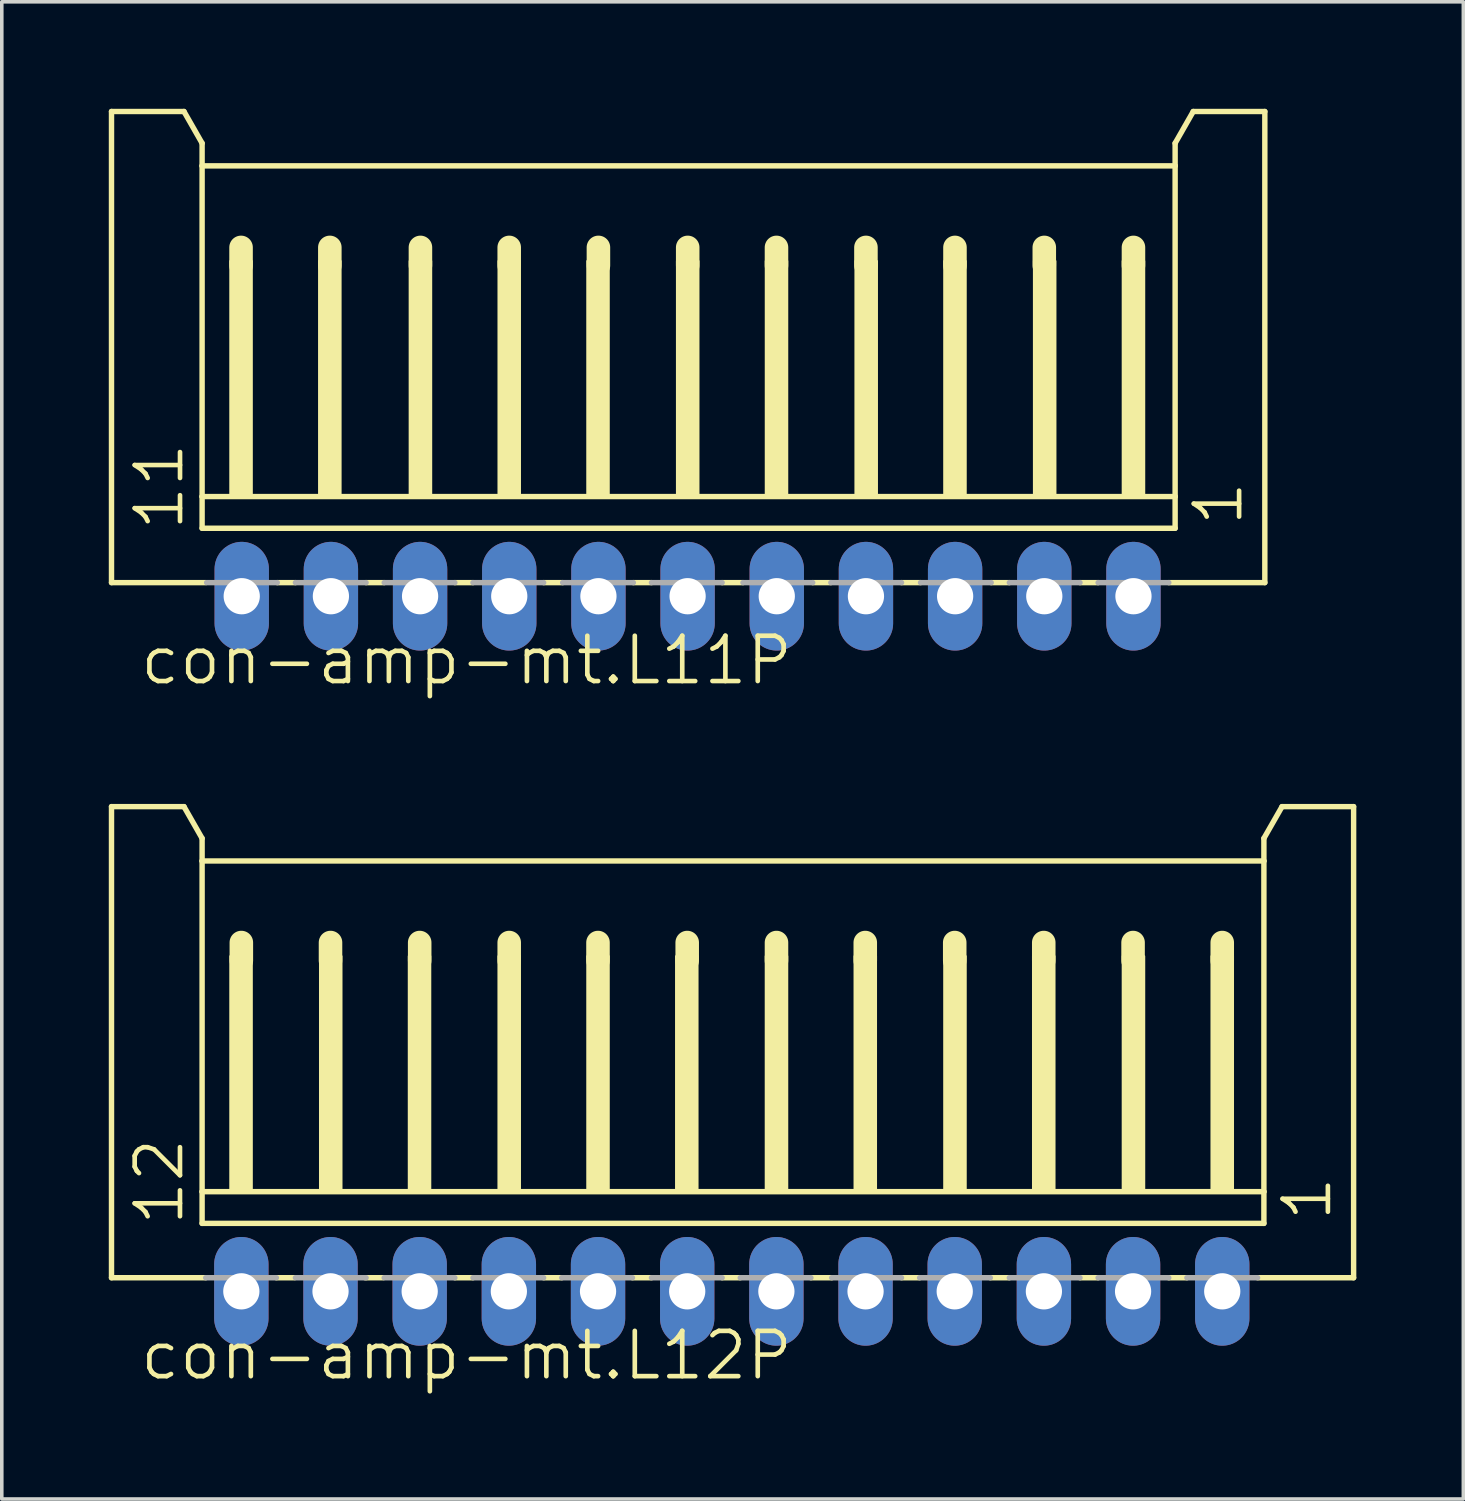
<source format=kicad_pcb>
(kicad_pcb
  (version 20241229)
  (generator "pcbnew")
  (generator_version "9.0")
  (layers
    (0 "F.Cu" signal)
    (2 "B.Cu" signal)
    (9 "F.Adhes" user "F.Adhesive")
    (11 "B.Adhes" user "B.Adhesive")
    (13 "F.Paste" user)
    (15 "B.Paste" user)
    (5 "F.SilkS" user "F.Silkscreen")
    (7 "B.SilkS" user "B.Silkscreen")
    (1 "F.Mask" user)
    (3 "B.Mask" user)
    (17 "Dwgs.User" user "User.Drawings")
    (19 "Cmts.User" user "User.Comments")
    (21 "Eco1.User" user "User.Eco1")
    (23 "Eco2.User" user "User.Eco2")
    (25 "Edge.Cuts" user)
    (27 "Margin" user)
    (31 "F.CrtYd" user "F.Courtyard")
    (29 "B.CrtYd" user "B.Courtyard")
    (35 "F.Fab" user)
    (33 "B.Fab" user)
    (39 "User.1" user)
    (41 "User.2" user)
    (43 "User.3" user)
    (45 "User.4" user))
  (footprint "con-amp-mt.L11P"
    (layer "F.Cu")
    (at 16.227 7.415)
    (property "Reference" "con-amp-mt.L11P" (at -15.415 8.79 0) (layer "F.SilkS") (effects (font (size 1.27 1.27) (thickness 0.13)) (justify left bottom)))
    (attr through_hole)
    (fp_line (start -16.151 -7.339) (end -14.119 -7.339) (stroke (width 0.152) (type default)) (layer "F.SilkS"))
    (fp_line (start -16.151 5.869) (end -16.151 -7.339) (stroke (width 0.152) (type default)) (layer "F.SilkS"))
    (fp_line (start -14.119 -7.339) (end -13.611 -6.45) (stroke (width 0.152) (type default)) (layer "F.SilkS"))
    (fp_line (start -13.611 -6.45) (end -13.611 -5.815) (stroke (width 0.152) (type default)) (layer "F.SilkS"))
    (fp_line (start -13.611 -5.815) (end -13.611 3.456) (stroke (width 0.152) (type default)) (layer "F.SilkS"))
    (fp_line (start -13.611 3.456) (end -13.611 4.345) (stroke (width 0.152) (type default)) (layer "F.SilkS"))
    (fp_line (start -13.51 5.869) (end -16.151 5.869) (stroke (width 0.152) (type default)) (layer "F.SilkS"))
    (fp_line (start -12.519 -3.529) (end -12.519 -3.021) (stroke (width 0.66) (type default)) (layer "F.SilkS"))
    (fp_line (start -10.995 5.869) (end -11.503 5.869) (stroke (width 0.152) (type default)) (layer "F.SilkS"))
    (fp_line (start -10.03 -3.529) (end -10.03 -3.021) (stroke (width 0.66) (type default)) (layer "F.SilkS"))
    (fp_line (start -8.506 5.869) (end -9.014 5.869) (stroke (width 0.152) (type default)) (layer "F.SilkS"))
    (fp_line (start -7.49 -3.529) (end -7.49 -3.021) (stroke (width 0.66) (type default)) (layer "F.SilkS"))
    (fp_line (start -6.017 5.869) (end -6.525 5.869) (stroke (width 0.152) (type default)) (layer "F.SilkS"))
    (fp_line (start -5.001 -3.529) (end -5.001 -3.021) (stroke (width 0.66) (type default)) (layer "F.SilkS"))
    (fp_line (start -3.502 5.869) (end -4.035 5.869) (stroke (width 0.152) (type default)) (layer "F.SilkS"))
    (fp_line (start -2.5 -3.529) (end -2.5 -3.021) (stroke (width 0.66) (type default)) (layer "F.SilkS"))
    (fp_line (start -1.013 5.869) (end -1.521 5.869) (stroke (width 0.152) (type default)) (layer "F.SilkS"))
    (fp_line (start 0.003 -3.529) (end 0.003 -3.021) (stroke (width 0.66) (type default)) (layer "F.SilkS"))
    (fp_line (start 1.553 5.869) (end 0.968 5.869) (stroke (width 0.152) (type default)) (layer "F.SilkS"))
    (fp_line (start 2.492 -3.529) (end 2.492 -3.021) (stroke (width 0.66) (type default)) (layer "F.SilkS"))
    (fp_line (start 4.016 5.869) (end 3.508 5.869) (stroke (width 0.152) (type default)) (layer "F.SilkS"))
    (fp_line (start 5 -3.529) (end 5 -3.021) (stroke (width 0.66) (type default)) (layer "F.SilkS"))
    (fp_line (start 6.531 5.869) (end 5.998 5.869) (stroke (width 0.152) (type default)) (layer "F.SilkS"))
    (fp_line (start 7.496 -3.529) (end 7.496 -3.021) (stroke (width 0.66) (type default)) (layer "F.SilkS"))
    (fp_line (start 9.02 5.869) (end 8.512 5.869) (stroke (width 0.152) (type default)) (layer "F.SilkS"))
    (fp_line (start 10 -3.529) (end 10 -3.021) (stroke (width 0.66) (type default)) (layer "F.SilkS"))
    (fp_line (start 11.509 5.869) (end 11.001 5.869) (stroke (width 0.152) (type default)) (layer "F.SilkS"))
    (fp_line (start 12.5 -3.529) (end 12.5 -3.021) (stroke (width 0.66) (type default)) (layer "F.SilkS"))
    (fp_line (start 13.668 -6.45) (end 13.668 -5.815) (stroke (width 0.152) (type default)) (layer "F.SilkS"))
    (fp_line (start 13.668 -6.45) (end 14.176 -7.339) (stroke (width 0.152) (type default)) (layer "F.SilkS"))
    (fp_line (start 13.668 -5.815) (end -13.611 -5.815) (stroke (width 0.152) (type default)) (layer "F.SilkS"))
    (fp_line (start 13.668 -5.815) (end 13.668 3.456) (stroke (width 0.152) (type default)) (layer "F.SilkS"))
    (fp_line (start 13.668 3.456) (end -13.611 3.456) (stroke (width 0.152) (type default)) (layer "F.SilkS"))
    (fp_line (start 13.668 3.456) (end 13.668 4.345) (stroke (width 0.152) (type default)) (layer "F.SilkS"))
    (fp_line (start 13.668 4.345) (end -13.611 4.345) (stroke (width 0.152) (type default)) (layer "F.SilkS"))
    (fp_line (start 16.183 -7.339) (end 14.176 -7.339) (stroke (width 0.152) (type default)) (layer "F.SilkS"))
    (fp_line (start 16.183 5.869) (end 13.491 5.869) (stroke (width 0.152) (type default)) (layer "F.SilkS"))
    (fp_line (start 16.183 5.869) (end 16.183 -7.339) (stroke (width 0.152) (type default)) (layer "F.SilkS"))
    (fp_rect (start -12.824 3.456) (end -12.214 -3.148) (stroke (width 0.05) (type default)) (fill yes) (layer "F.SilkS"))
    (fp_rect (start -10.335 3.456) (end -9.725 -3.148) (stroke (width 0.05) (type default)) (fill yes) (layer "F.SilkS"))
    (fp_rect (start -7.795 3.456) (end -7.185 -3.148) (stroke (width 0.05) (type default)) (fill yes) (layer "F.SilkS"))
    (fp_rect (start -5.305 3.456) (end -4.696 -3.148) (stroke (width 0.05) (type default)) (fill yes) (layer "F.SilkS"))
    (fp_rect (start -2.816 3.456) (end -2.207 -3.148) (stroke (width 0.05) (type default)) (fill yes) (layer "F.SilkS"))
    (fp_rect (start -0.302 3.456) (end 0.308 -3.148) (stroke (width 0.05) (type default)) (fill yes) (layer "F.SilkS"))
    (fp_rect (start 2.188 3.456) (end 2.797 -3.148) (stroke (width 0.05) (type default)) (fill yes) (layer "F.SilkS"))
    (fp_rect (start 4.702 3.456) (end 5.312 -3.148) (stroke (width 0.05) (type default)) (fill yes) (layer "F.SilkS"))
    (fp_rect (start 7.191 3.456) (end 7.801 -3.148) (stroke (width 0.05) (type default)) (fill yes) (layer "F.SilkS"))
    (fp_rect (start 9.706 3.456) (end 10.316 -3.148) (stroke (width 0.05) (type default)) (fill yes) (layer "F.SilkS"))
    (fp_rect (start 12.195 3.456) (end 12.805 -3.148) (stroke (width 0.05) (type default)) (fill yes) (layer "F.SilkS"))
    (fp_line (start -13.484 5.869) (end -11.503 5.869) (stroke (width 0.152) (type default)) (layer "F.Fab"))
    (fp_line (start -10.995 5.869) (end -9.014 5.869) (stroke (width 0.152) (type default)) (layer "F.Fab"))
    (fp_line (start -8.506 5.869) (end -6.525 5.869) (stroke (width 0.152) (type default)) (layer "F.Fab"))
    (fp_line (start -6.017 5.869) (end -4.035 5.869) (stroke (width 0.152) (type default)) (layer "F.Fab"))
    (fp_line (start -3.502 5.869) (end -1.521 5.869) (stroke (width 0.152) (type default)) (layer "F.Fab"))
    (fp_line (start -1.013 5.869) (end 0.968 5.869) (stroke (width 0.152) (type default)) (layer "F.Fab"))
    (fp_line (start 1.553 5.869) (end 3.508 5.869) (stroke (width 0.152) (type default)) (layer "F.Fab"))
    (fp_line (start 4.016 5.869) (end 5.998 5.869) (stroke (width 0.152) (type default)) (layer "F.Fab"))
    (fp_line (start 6.531 5.869) (end 8.512 5.869) (stroke (width 0.152) (type default)) (layer "F.Fab"))
    (fp_line (start 9.02 5.869) (end 11.001 5.869) (stroke (width 0.152) (type default)) (layer "F.Fab"))
    (fp_line (start 11.509 5.869) (end 13.491 5.869) (stroke (width 0.152) (type default)) (layer "F.Fab"))
    (fp_rect (start -12.798 6.504) (end -12.189 5.869) (stroke (width 0.05) (type default)) (fill no) (layer "F.Fab"))
    (fp_rect (start -10.309 6.504) (end -9.7 5.869) (stroke (width 0.05) (type default)) (fill no) (layer "F.Fab"))
    (fp_rect (start -7.795 6.504) (end -7.185 5.869) (stroke (width 0.05) (type default)) (fill no) (layer "F.Fab"))
    (fp_rect (start -5.305 6.504) (end -4.696 5.869) (stroke (width 0.05) (type default)) (fill no) (layer "F.Fab"))
    (fp_rect (start -2.816 6.504) (end -2.207 5.869) (stroke (width 0.05) (type default)) (fill no) (layer "F.Fab"))
    (fp_rect (start -0.302 6.504) (end 0.308 5.869) (stroke (width 0.05) (type default)) (fill no) (layer "F.Fab"))
    (fp_rect (start 2.188 6.504) (end 2.797 5.869) (stroke (width 0.05) (type default)) (fill no) (layer "F.Fab"))
    (fp_rect (start 4.702 6.504) (end 5.312 5.869) (stroke (width 0.05) (type default)) (fill no) (layer "F.Fab"))
    (fp_rect (start 7.191 6.504) (end 7.801 5.869) (stroke (width 0.05) (type default)) (fill no) (layer "F.Fab"))
    (fp_rect (start 9.706 6.504) (end 10.316 5.869) (stroke (width 0.05) (type default)) (fill no) (layer "F.Fab"))
    (fp_rect (start 12.195 6.504) (end 12.805 5.869) (stroke (width 0.05) (type default)) (fill no) (layer "F.Fab"))
    (fp_text user "11" (at -14.068 4.472 90) (layer "F.SilkS") (effects (font (size 1.27 1.27) (thickness 0.13)) (justify left bottom)))
    (fp_text user "1" (at 15.624 4.345 90) (layer "F.SilkS") (effects (font (size 1.27 1.27) (thickness 0.13)) (justify left bottom)))
    (pad "1" thru_hole oval (at 12.5 6.25 90) (size 3.048 1.524) (drill 1.016) (layers "*.Cu" "*.Mask"))
    (pad "2" thru_hole oval (at 10 6.25 90) (size 3.048 1.524) (drill 1.016) (layers "*.Cu" "*.Mask"))
    (pad "3" thru_hole oval (at 7.5 6.25 90) (size 3.048 1.524) (drill 1.016) (layers "*.Cu" "*.Mask"))
    (pad "4" thru_hole oval (at 5 6.25 90) (size 3.048 1.524) (drill 1.016) (layers "*.Cu" "*.Mask"))
    (pad "5" thru_hole oval (at 2.5 6.25 90) (size 3.048 1.524) (drill 1.016) (layers "*.Cu" "*.Mask"))
    (pad "6" thru_hole oval (at 0 6.25 90) (size 3.048 1.524) (drill 1.016) (layers "*.Cu" "*.Mask"))
    (pad "7" thru_hole oval (at -2.5 6.25 90) (size 3.048 1.524) (drill 1.016) (layers "*.Cu" "*.Mask"))
    (pad "8" thru_hole oval (at -5 6.25 90) (size 3.048 1.524) (drill 1.016) (layers "*.Cu" "*.Mask"))
    (pad "9" thru_hole oval (at -7.5 6.25 90) (size 3.048 1.524) (drill 1.016) (layers "*.Cu" "*.Mask"))
    (pad "10" thru_hole oval (at -10 6.25 90) (size 3.048 1.524) (drill 1.016) (layers "*.Cu" "*.Mask"))
    (pad "11" thru_hole oval (at -12.5 6.25 90) (size 3.048 1.524) (drill 1.016) (layers "*.Cu" "*.Mask")))
  (footprint "con-amp-mt.L12P"
    (layer "F.Cu")
    (at 17.466 26.903)
    (property "Reference" "con-amp-mt.L12P" (at -16.654 8.79 0) (layer "F.SilkS") (effects (font (size 1.27 1.27) (thickness 0.13)) (justify left bottom)))
    (attr through_hole)
    (fp_line (start -17.39 -7.339) (end -15.358 -7.339) (stroke (width 0.152) (type default)) (layer "F.SilkS"))
    (fp_line (start -17.39 5.869) (end -17.39 -7.339) (stroke (width 0.152) (type default)) (layer "F.SilkS"))
    (fp_line (start -15.358 -7.339) (end -14.85 -6.45) (stroke (width 0.152) (type default)) (layer "F.SilkS"))
    (fp_line (start -14.85 -6.45) (end -14.85 -5.815) (stroke (width 0.152) (type default)) (layer "F.SilkS"))
    (fp_line (start -14.85 -5.815) (end -14.85 3.456) (stroke (width 0.152) (type default)) (layer "F.SilkS"))
    (fp_line (start -14.85 3.456) (end -14.85 4.345) (stroke (width 0.152) (type default)) (layer "F.SilkS"))
    (fp_line (start -14.749 5.869) (end -17.39 5.869) (stroke (width 0.152) (type default)) (layer "F.SilkS"))
    (fp_line (start -13.75 -3.529) (end -13.75 -3.021) (stroke (width 0.66) (type default)) (layer "F.SilkS"))
    (fp_line (start -12.26 5.869) (end -12.768 5.869) (stroke (width 0.152) (type default)) (layer "F.SilkS"))
    (fp_line (start -11.25 -3.529) (end -11.25 -3.021) (stroke (width 0.66) (type default)) (layer "F.SilkS"))
    (fp_line (start -9.77 5.869) (end -10.278 5.869) (stroke (width 0.152) (type default)) (layer "F.SilkS"))
    (fp_line (start -8.75 -3.529) (end -8.75 -3.021) (stroke (width 0.66) (type default)) (layer "F.SilkS"))
    (fp_line (start -7.256 5.869) (end -7.764 5.869) (stroke (width 0.152) (type default)) (layer "F.SilkS"))
    (fp_line (start -6.24 -3.529) (end -6.24 -3.021) (stroke (width 0.66) (type default)) (layer "F.SilkS"))
    (fp_line (start -4.767 5.869) (end -5.275 5.869) (stroke (width 0.152) (type default)) (layer "F.SilkS"))
    (fp_line (start -3.751 -3.529) (end -3.751 -3.021) (stroke (width 0.66) (type default)) (layer "F.SilkS"))
    (fp_line (start -2.252 5.869) (end -2.785 5.869) (stroke (width 0.152) (type default)) (layer "F.SilkS"))
    (fp_line (start -1.25 -3.529) (end -1.25 -3.021) (stroke (width 0.66) (type default)) (layer "F.SilkS"))
    (fp_line (start 0.237 5.869) (end -0.271 5.869) (stroke (width 0.152) (type default)) (layer "F.SilkS"))
    (fp_line (start 1.253 -3.529) (end 1.253 -3.021) (stroke (width 0.66) (type default)) (layer "F.SilkS"))
    (fp_line (start 2.803 5.869) (end 2.218 5.869) (stroke (width 0.152) (type default)) (layer "F.SilkS"))
    (fp_line (start 3.742 -3.529) (end 3.742 -3.021) (stroke (width 0.66) (type default)) (layer "F.SilkS"))
    (fp_line (start 5.266 5.869) (end 4.758 5.869) (stroke (width 0.152) (type default)) (layer "F.SilkS"))
    (fp_line (start 6.25 -3.529) (end 6.25 -3.021) (stroke (width 0.66) (type default)) (layer "F.SilkS"))
    (fp_line (start 7.781 5.869) (end 7.248 5.869) (stroke (width 0.152) (type default)) (layer "F.SilkS"))
    (fp_line (start 8.746 -3.529) (end 8.746 -3.021) (stroke (width 0.66) (type default)) (layer "F.SilkS"))
    (fp_line (start 10.27 5.869) (end 9.762 5.869) (stroke (width 0.152) (type default)) (layer "F.SilkS"))
    (fp_line (start 11.25 -3.529) (end 11.25 -3.021) (stroke (width 0.66) (type default)) (layer "F.SilkS"))
    (fp_line (start 12.759 5.869) (end 12.251 5.869) (stroke (width 0.152) (type default)) (layer "F.SilkS"))
    (fp_line (start 13.75 -3.529) (end 13.75 -3.021) (stroke (width 0.66) (type default)) (layer "F.SilkS"))
    (fp_line (start 14.918 -6.45) (end 14.918 -5.815) (stroke (width 0.152) (type default)) (layer "F.SilkS"))
    (fp_line (start 14.918 -6.45) (end 15.426 -7.339) (stroke (width 0.152) (type default)) (layer "F.SilkS"))
    (fp_line (start 14.918 -5.815) (end -14.85 -5.815) (stroke (width 0.152) (type default)) (layer "F.SilkS"))
    (fp_line (start 14.918 -5.815) (end 14.918 3.456) (stroke (width 0.152) (type default)) (layer "F.SilkS"))
    (fp_line (start 14.918 3.456) (end -14.85 3.456) (stroke (width 0.152) (type default)) (layer "F.SilkS"))
    (fp_line (start 14.918 3.456) (end 14.918 4.345) (stroke (width 0.152) (type default)) (layer "F.SilkS"))
    (fp_line (start 14.918 4.345) (end -14.85 4.345) (stroke (width 0.152) (type default)) (layer "F.SilkS"))
    (fp_line (start 17.433 -7.339) (end 15.426 -7.339) (stroke (width 0.152) (type default)) (layer "F.SilkS"))
    (fp_line (start 17.433 5.869) (end 14.741 5.869) (stroke (width 0.152) (type default)) (layer "F.SilkS"))
    (fp_line (start 17.433 5.869) (end 17.433 -7.339) (stroke (width 0.152) (type default)) (layer "F.SilkS"))
    (fp_rect (start -14.063 3.456) (end -13.453 -3.148) (stroke (width 0.05) (type default)) (fill yes) (layer "F.SilkS"))
    (fp_rect (start -11.548 3.456) (end -10.939 -3.148) (stroke (width 0.05) (type default)) (fill yes) (layer "F.SilkS"))
    (fp_rect (start -9.059 3.456) (end -8.45 -3.148) (stroke (width 0.05) (type default)) (fill yes) (layer "F.SilkS"))
    (fp_rect (start -6.545 3.456) (end -5.935 -3.148) (stroke (width 0.05) (type default)) (fill yes) (layer "F.SilkS"))
    (fp_rect (start -4.055 3.456) (end -3.446 -3.148) (stroke (width 0.05) (type default)) (fill yes) (layer "F.SilkS"))
    (fp_rect (start -1.566 3.456) (end -0.957 -3.148) (stroke (width 0.05) (type default)) (fill yes) (layer "F.SilkS"))
    (fp_rect (start 0.948 3.456) (end 1.558 -3.148) (stroke (width 0.05) (type default)) (fill yes) (layer "F.SilkS"))
    (fp_rect (start 3.438 3.456) (end 4.047 -3.148) (stroke (width 0.05) (type default)) (fill yes) (layer "F.SilkS"))
    (fp_rect (start 5.952 3.456) (end 6.562 -3.148) (stroke (width 0.05) (type default)) (fill yes) (layer "F.SilkS"))
    (fp_rect (start 8.441 3.456) (end 9.051 -3.148) (stroke (width 0.05) (type default)) (fill yes) (layer "F.SilkS"))
    (fp_rect (start 10.956 3.456) (end 11.566 -3.148) (stroke (width 0.05) (type default)) (fill yes) (layer "F.SilkS"))
    (fp_rect (start 13.445 3.456) (end 14.055 -3.148) (stroke (width 0.05) (type default)) (fill yes) (layer "F.SilkS"))
    (fp_line (start -14.749 5.869) (end -12.768 5.869) (stroke (width 0.152) (type default)) (layer "F.Fab"))
    (fp_line (start -12.234 5.869) (end -10.253 5.869) (stroke (width 0.152) (type default)) (layer "F.Fab"))
    (fp_line (start -9.745 5.869) (end -7.764 5.869) (stroke (width 0.152) (type default)) (layer "F.Fab"))
    (fp_line (start -7.256 5.869) (end -5.275 5.869) (stroke (width 0.152) (type default)) (layer "F.Fab"))
    (fp_line (start -4.767 5.869) (end -2.785 5.869) (stroke (width 0.152) (type default)) (layer "F.Fab"))
    (fp_line (start -2.252 5.869) (end -0.271 5.869) (stroke (width 0.152) (type default)) (layer "F.Fab"))
    (fp_line (start 0.237 5.869) (end 2.218 5.869) (stroke (width 0.152) (type default)) (layer "F.Fab"))
    (fp_line (start 2.803 5.869) (end 4.758 5.869) (stroke (width 0.152) (type default)) (layer "F.Fab"))
    (fp_line (start 5.266 5.869) (end 7.248 5.869) (stroke (width 0.152) (type default)) (layer "F.Fab"))
    (fp_line (start 7.781 5.869) (end 9.762 5.869) (stroke (width 0.152) (type default)) (layer "F.Fab"))
    (fp_line (start 10.27 5.869) (end 12.251 5.869) (stroke (width 0.152) (type default)) (layer "F.Fab"))
    (fp_line (start 12.759 5.869) (end 14.741 5.869) (stroke (width 0.152) (type default)) (layer "F.Fab"))
    (fp_rect (start -14.063 6.504) (end -13.453 5.869) (stroke (width 0.05) (type default)) (fill no) (layer "F.Fab"))
    (fp_rect (start -11.548 6.504) (end -10.939 5.869) (stroke (width 0.05) (type default)) (fill no) (layer "F.Fab"))
    (fp_rect (start -9.059 6.504) (end -8.45 5.869) (stroke (width 0.05) (type default)) (fill no) (layer "F.Fab"))
    (fp_rect (start -6.545 6.504) (end -5.935 5.869) (stroke (width 0.05) (type default)) (fill no) (layer "F.Fab"))
    (fp_rect (start -4.055 6.504) (end -3.446 5.869) (stroke (width 0.05) (type default)) (fill no) (layer "F.Fab"))
    (fp_rect (start -1.566 6.504) (end -0.957 5.869) (stroke (width 0.05) (type default)) (fill no) (layer "F.Fab"))
    (fp_rect (start 0.948 6.504) (end 1.558 5.869) (stroke (width 0.05) (type default)) (fill no) (layer "F.Fab"))
    (fp_rect (start 3.438 6.504) (end 4.047 5.869) (stroke (width 0.05) (type default)) (fill no) (layer "F.Fab"))
    (fp_rect (start 5.952 6.504) (end 6.562 5.869) (stroke (width 0.05) (type default)) (fill no) (layer "F.Fab"))
    (fp_rect (start 8.441 6.504) (end 9.051 5.869) (stroke (width 0.05) (type default)) (fill no) (layer "F.Fab"))
    (fp_rect (start 10.956 6.504) (end 11.566 5.869) (stroke (width 0.05) (type default)) (fill no) (layer "F.Fab"))
    (fp_rect (start 13.445 6.504) (end 14.055 5.869) (stroke (width 0.05) (type default)) (fill no) (layer "F.Fab"))
    (fp_text user "12" (at -15.308 4.472 90) (layer "F.SilkS") (effects (font (size 1.27 1.27) (thickness 0.13)) (justify left bottom)))
    (fp_text user "1" (at 16.874 4.345 90) (layer "F.SilkS") (effects (font (size 1.27 1.27) (thickness 0.13)) (justify left bottom)))
    (pad "1" thru_hole oval (at 13.75 6.25 90) (size 3.048 1.524) (drill 1.016) (layers "*.Cu" "*.Mask"))
    (pad "2" thru_hole oval (at 11.25 6.25 90) (size 3.048 1.524) (drill 1.016) (layers "*.Cu" "*.Mask"))
    (pad "3" thru_hole oval (at 8.75 6.25 90) (size 3.048 1.524) (drill 1.016) (layers "*.Cu" "*.Mask"))
    (pad "4" thru_hole oval (at 6.25 6.25 90) (size 3.048 1.524) (drill 1.016) (layers "*.Cu" "*.Mask"))
    (pad "5" thru_hole oval (at 3.75 6.25 90) (size 3.048 1.524) (drill 1.016) (layers "*.Cu" "*.Mask"))
    (pad "6" thru_hole oval (at 1.25 6.25 90) (size 3.048 1.524) (drill 1.016) (layers "*.Cu" "*.Mask"))
    (pad "7" thru_hole oval (at -1.25 6.25 90) (size 3.048 1.524) (drill 1.016) (layers "*.Cu" "*.Mask"))
    (pad "8" thru_hole oval (at -3.75 6.25 90) (size 3.048 1.524) (drill 1.016) (layers "*.Cu" "*.Mask"))
    (pad "9" thru_hole oval (at -6.25 6.25 90) (size 3.048 1.524) (drill 1.016) (layers "*.Cu" "*.Mask"))
    (pad "10" thru_hole oval (at -8.75 6.25 90) (size 3.048 1.524) (drill 1.016) (layers "*.Cu" "*.Mask"))
    (pad "11" thru_hole oval (at -11.25 6.25 90) (size 3.048 1.524) (drill 1.016) (layers "*.Cu" "*.Mask"))
    (pad "12" thru_hole oval (at -13.75 6.25 90) (size 3.048 1.524) (drill 1.016) (layers "*.Cu" "*.Mask")))
  (gr_rect
    (start -3 -3)
    (end 37.975 38.975)
    (stroke (width 0.1) (type default))
    (fill no)
    (layer "Edge.Cuts")))
</source>
